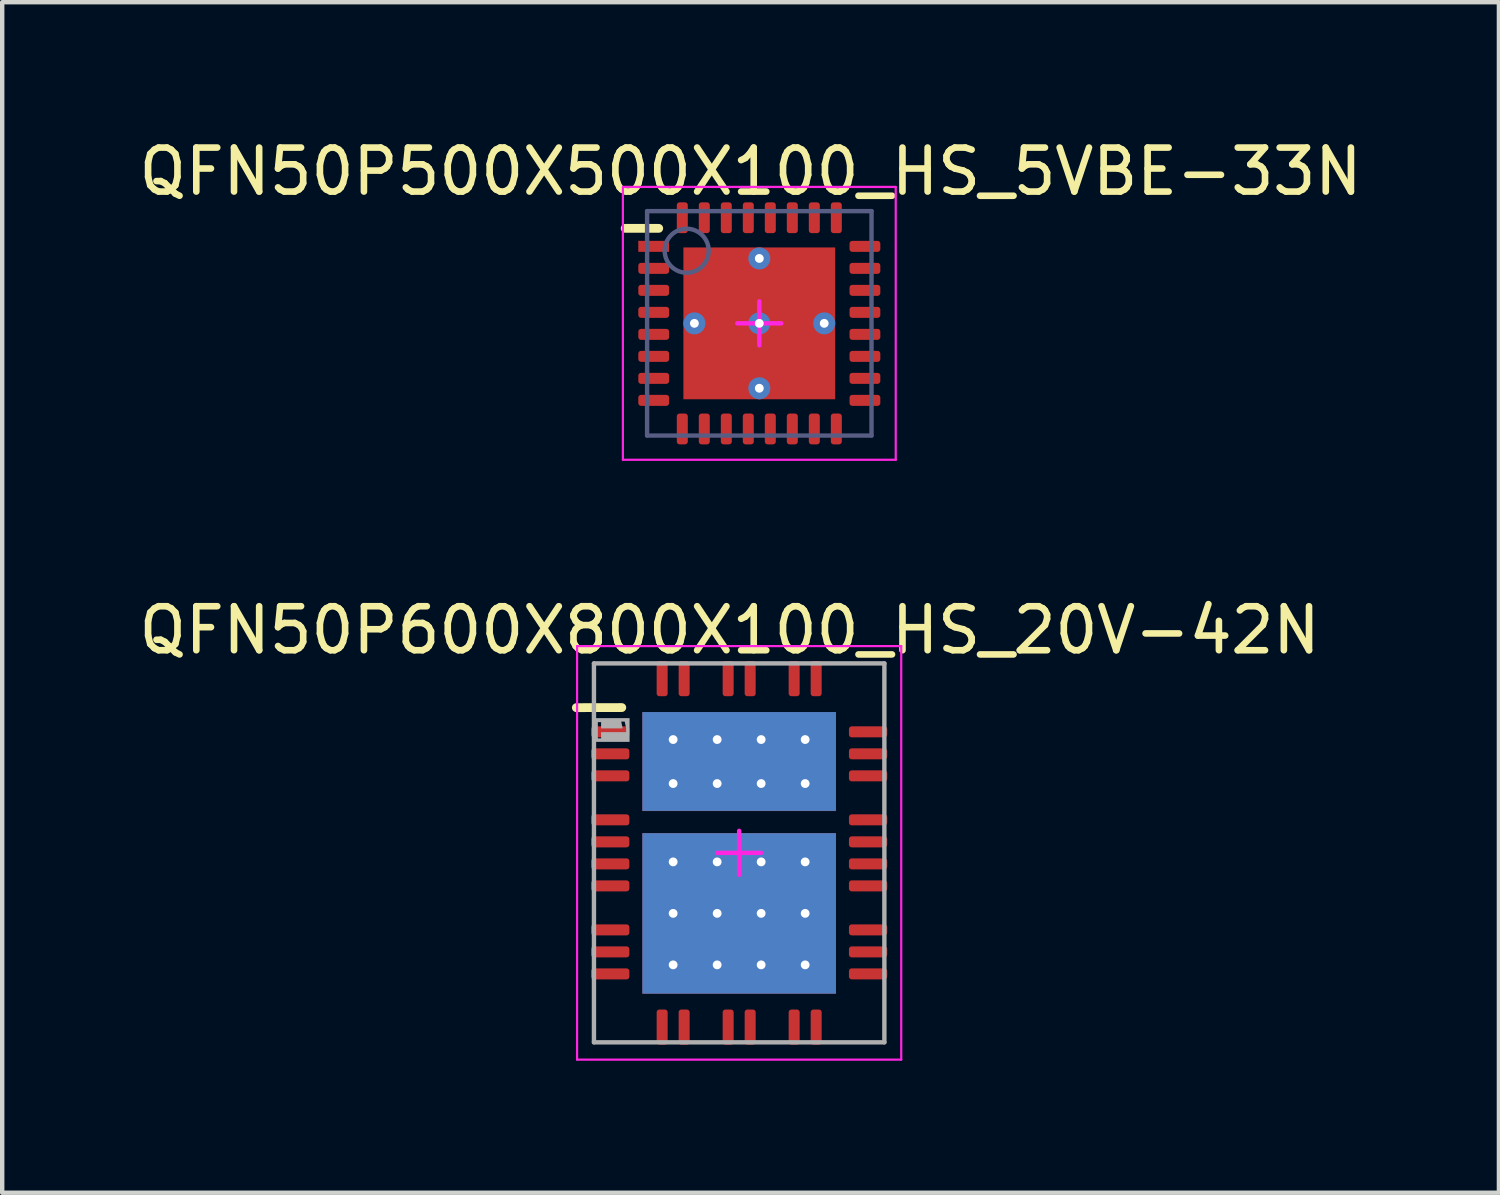
<source format=kicad_pcb>
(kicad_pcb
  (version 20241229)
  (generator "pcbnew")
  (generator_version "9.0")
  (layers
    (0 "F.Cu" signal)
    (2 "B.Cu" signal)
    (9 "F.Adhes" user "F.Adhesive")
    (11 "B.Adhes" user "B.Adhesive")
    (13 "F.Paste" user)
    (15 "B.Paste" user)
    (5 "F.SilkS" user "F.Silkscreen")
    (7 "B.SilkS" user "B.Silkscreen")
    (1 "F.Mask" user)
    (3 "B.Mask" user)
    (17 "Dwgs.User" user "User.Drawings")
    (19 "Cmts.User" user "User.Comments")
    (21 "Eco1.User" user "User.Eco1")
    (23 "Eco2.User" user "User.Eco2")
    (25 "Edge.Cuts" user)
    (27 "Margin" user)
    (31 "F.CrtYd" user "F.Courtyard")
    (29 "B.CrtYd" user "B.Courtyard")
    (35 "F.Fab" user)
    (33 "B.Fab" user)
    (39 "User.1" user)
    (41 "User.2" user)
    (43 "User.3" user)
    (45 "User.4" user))
  (footprint "QFN50P600X800X100_HS_20V-42N"
    (layer "F.Cu")
    (at 13.747 16.331)
    (property "Reference" "QFN50P600X800X100_HS_20V-42N" (at -0.217 -5.06 0) (layer "F.SilkS") (effects (font (size 1 1) (thickness 0.15))))
    (fp_rect (start -2.03 -1.07) (end 2.03 -3.05) (stroke (width 0) (type default)) (fill yes) (layer "F.Mask"))
    (fp_line (start -3.7 -3.3) (end -2.667 -3.302) (stroke (width 0.2) (type solid)) (layer "F.SilkS"))
    (fp_rect (start -2.2 -1.651) (end -1.6 -2.5) (stroke (width 0) (type default)) (fill yes) (layer "F.Paste"))
    (fp_rect (start -2.2 -0.956) (end -1.6 -1.5) (stroke (width 0) (type default)) (fill yes) (layer "F.Paste"))
    (fp_rect (start -2.2 0.13) (end -1.6 -0.45) (stroke (width 0) (type default)) (fill yes) (layer "F.Paste"))
    (fp_rect (start -1.6 -3.194) (end -2.2 -2.65) (stroke (width 0) (type default)) (fill yes) (layer "F.Paste"))
    (fp_rect (start -1.6 0.28) (end -2.2 1.3) (stroke (width 0) (type default)) (fill yes) (layer "F.Paste"))
    (fp_rect (start -1.6 1.45) (end -2.2 2.47) (stroke (width 0) (type default)) (fill yes) (layer "F.Paste"))
    (fp_rect (start -1.6 2.62) (end -2.2 3.2) (stroke (width 0) (type default)) (fill yes) (layer "F.Paste"))
    (fp_rect (start -1.4 -1.651) (end -0.6 -2.5) (stroke (width 0) (type default)) (fill yes) (layer "F.Paste"))
    (fp_rect (start -1.4 -0.956) (end -0.6 -1.5) (stroke (width 0) (type default)) (fill yes) (layer "F.Paste"))
    (fp_rect (start -1.4 1.3) (end -0.6 0.28) (stroke (width 0) (type default)) (fill yes) (layer "F.Paste"))
    (fp_rect (start -1.4 2.47) (end -0.6 1.45) (stroke (width 0) (type default)) (fill yes) (layer "F.Paste"))
    (fp_rect (start -1.4 3.2) (end -0.6 2.62) (stroke (width 0) (type default)) (fill yes) (layer "F.Paste"))
    (fp_rect (start -0.6 -3.194) (end -1.4 -2.65) (stroke (width 0) (type default)) (fill yes) (layer "F.Paste"))
    (fp_rect (start -0.6 -0.45) (end -1.4 0.13) (stroke (width 0) (type default)) (fill yes) (layer "F.Paste"))
    (fp_rect (start -0.4 -1.651) (end 0.4 -2.5) (stroke (width 0) (type default)) (fill yes) (layer "F.Paste"))
    (fp_rect (start -0.4 -0.956) (end 0.4 -1.5) (stroke (width 0) (type default)) (fill yes) (layer "F.Paste"))
    (fp_rect (start -0.4 1.3) (end 0.4 0.28) (stroke (width 0) (type default)) (fill yes) (layer "F.Paste"))
    (fp_rect (start -0.4 2.47) (end 0.4 1.45) (stroke (width 0) (type default)) (fill yes) (layer "F.Paste"))
    (fp_rect (start -0.4 3.2) (end 0.4 2.62) (stroke (width 0) (type default)) (fill yes) (layer "F.Paste"))
    (fp_rect (start 0.4 -3.194) (end -0.4 -2.65) (stroke (width 0) (type default)) (fill yes) (layer "F.Paste"))
    (fp_rect (start 0.4 -0.45) (end -0.4 0.13) (stroke (width 0) (type default)) (fill yes) (layer "F.Paste"))
    (fp_rect (start 0.6 -1.651) (end 1.4 -2.5) (stroke (width 0) (type default)) (fill yes) (layer "F.Paste"))
    (fp_rect (start 0.6 -0.956) (end 1.4 -1.5) (stroke (width 0) (type default)) (fill yes) (layer "F.Paste"))
    (fp_rect (start 0.6 1.3) (end 1.4 0.28) (stroke (width 0) (type default)) (fill yes) (layer "F.Paste"))
    (fp_rect (start 0.6 2.47) (end 1.4 1.45) (stroke (width 0) (type default)) (fill yes) (layer "F.Paste"))
    (fp_rect (start 0.6 3.2) (end 1.4 2.62) (stroke (width 0) (type default)) (fill yes) (layer "F.Paste"))
    (fp_rect (start 1.4 -3.194) (end 0.6 -2.65) (stroke (width 0) (type default)) (fill yes) (layer "F.Paste"))
    (fp_rect (start 1.4 -0.45) (end 0.6 0.13) (stroke (width 0) (type default)) (fill yes) (layer "F.Paste"))
    (fp_rect (start 1.6 1.3) (end 2.2 0.28) (stroke (width 0) (type default)) (fill yes) (layer "F.Paste"))
    (fp_rect (start 1.6 2.47) (end 2.2 1.45) (stroke (width 0) (type default)) (fill yes) (layer "F.Paste"))
    (fp_rect (start 1.6 3.2) (end 2.2 2.62) (stroke (width 0) (type default)) (fill yes) (layer "F.Paste"))
    (fp_rect (start 1.6 -2.65) (end 2.2 -3.194) (stroke (width 0) (type default)) (fill yes) (layer "F.Paste"))
    (fp_rect (start 2.2 -2.5) (end 1.6 -1.651) (stroke (width 0) (type default)) (fill yes) (layer "F.Paste"))
    (fp_rect (start 2.2 -1.5) (end 1.6 -0.956) (stroke (width 0) (type default)) (fill yes) (layer "F.Paste"))
    (fp_rect (start 2.2 -0.45) (end 1.6 0.13) (stroke (width 0) (type default)) (fill yes) (layer "F.Paste"))
    (fp_line (start -3.683 -4.699) (end 3.683 -4.699) (stroke (width 0.05) (type solid)) (layer "F.CrtYd"))
    (fp_line (start -3.683 4.699) (end -3.683 -4.699) (stroke (width 0.05) (type solid)) (layer "F.CrtYd"))
    (fp_line (start -3.683 4.699) (end 3.683 4.699) (stroke (width 0.05) (type solid)) (layer "F.CrtYd"))
    (fp_line (start -0.5 0) (end 0.5 0) (stroke (width 0.1) (type solid)) (layer "F.CrtYd"))
    (fp_line (start 0 0.5) (end 0 -0.5) (stroke (width 0.1) (type solid)) (layer "F.CrtYd"))
    (fp_line (start 3.683 4.699) (end 3.683 -4.699) (stroke (width 0.05) (type solid)) (layer "F.CrtYd"))
    (fp_line (start -3.3 -4.305) (end 3.3 -4.305) (stroke (width 0.1) (type solid)) (layer "F.Fab"))
    (fp_line (start -3.3 4.305) (end -3.3 -4.305) (stroke (width 0.1) (type solid)) (layer "F.Fab"))
    (fp_line (start -3.3 4.305) (end 3.3 4.305) (stroke (width 0.1) (type solid)) (layer "F.Fab"))
    (fp_line (start 3.3 4.305) (end 3.3 -4.305) (stroke (width 0.1) (type solid)) (layer "F.Fab"))
    (fp_text user "1" (at -2.95 -2.8 270) (unlocked yes) (layer "F.Fab" knockout) (effects (font (face "Arial") (size 0.63 0.63) (thickness 0.254))))
    (pad "1" smd roundrect (at -2.93 -2.75 90) (size 0.25 0.87) (layers "F.Cu" "F.Mask" "F.Paste") (roundrect_rratio 0.25))
    (pad "2" smd roundrect (at -2.93 -2.25 90) (size 0.25 0.87) (layers "F.Cu" "F.Mask" "F.Paste") (roundrect_rratio 0.25))
    (pad "3" smd roundrect (at -2.93 -1.75 90) (size 0.25 0.87) (layers "F.Cu" "F.Mask" "F.Paste") (roundrect_rratio 0.25))
    (pad "5" smd roundrect (at -2.93 -0.75 90) (size 0.25 0.87) (layers "F.Cu" "F.Mask" "F.Paste") (roundrect_rratio 0.25))
    (pad "6" smd roundrect (at -2.93 -0.25 90) (size 0.25 0.87) (layers "F.Cu" "F.Mask" "F.Paste") (roundrect_rratio 0.25))
    (pad "7" smd roundrect (at -2.93 0.25 90) (size 0.25 0.87) (layers "F.Cu" "F.Mask" "F.Paste") (roundrect_rratio 0.25))
    (pad "8" smd roundrect (at -2.93 0.75 90) (size 0.25 0.87) (layers "F.Cu" "F.Mask" "F.Paste") (roundrect_rratio 0.25))
    (pad "10" smd roundrect (at -2.93 1.75 90) (size 0.25 0.87) (layers "F.Cu" "F.Mask" "F.Paste") (roundrect_rratio 0.25))
    (pad "11" smd roundrect (at -2.93 2.25 90) (size 0.25 0.87) (layers "F.Cu" "F.Mask" "F.Paste") (roundrect_rratio 0.25))
    (pad "12" smd roundrect (at -2.93 2.75 90) (size 0.25 0.87) (layers "F.Cu" "F.Mask" "F.Paste") (roundrect_rratio 0.25))
    (pad "13" smd roundrect (at -1.75 3.96) (size 0.25 0.8) (layers "F.Cu" "F.Mask" "F.Paste") (roundrect_rratio 0.25))
    (pad "14" smd roundrect (at -1.25 3.96) (size 0.25 0.8) (layers "F.Cu" "F.Mask" "F.Paste") (roundrect_rratio 0.25))
    (pad "16" smd roundrect (at -0.25 3.96) (size 0.25 0.8) (layers "F.Cu" "F.Mask" "F.Paste") (roundrect_rratio 0.25))
    (pad "17" smd roundrect (at 0.25 3.96) (size 0.25 0.8) (layers "F.Cu" "F.Mask" "F.Paste") (roundrect_rratio 0.25))
    (pad "19" smd roundrect (at 1.25 3.96) (size 0.25 0.8) (layers "F.Cu" "F.Mask" "F.Paste") (roundrect_rratio 0.25))
    (pad "20" smd roundrect (at 1.75 3.96) (size 0.25 0.8) (layers "F.Cu" "F.Mask" "F.Paste") (roundrect_rratio 0.25))
    (pad "21" smd roundrect (at 2.93 2.75 90) (size 0.25 0.87) (layers "F.Cu" "F.Mask" "F.Paste") (roundrect_rratio 0.25))
    (pad "22" smd roundrect (at 2.93 2.25 90) (size 0.25 0.87) (layers "F.Cu" "F.Mask" "F.Paste") (roundrect_rratio 0.25))
    (pad "23" smd roundrect (at 2.93 1.75 90) (size 0.25 0.87) (layers "F.Cu" "F.Mask" "F.Paste") (roundrect_rratio 0.25))
    (pad "25" smd roundrect (at 2.93 0.75 90) (size 0.25 0.87) (layers "F.Cu" "F.Mask" "F.Paste") (roundrect_rratio 0.25))
    (pad "26" smd roundrect (at 2.93 0.25 90) (size 0.25 0.87) (layers "F.Cu" "F.Mask" "F.Paste") (roundrect_rratio 0.25))
    (pad "27" smd roundrect (at 2.93 -0.25 90) (size 0.25 0.87) (layers "F.Cu" "F.Mask" "F.Paste") (roundrect_rratio 0.25))
    (pad "28" smd roundrect (at 2.93 -0.75 90) (size 0.25 0.87) (layers "F.Cu" "F.Mask" "F.Paste") (roundrect_rratio 0.25))
    (pad "30" smd roundrect (at 2.93 -1.75 90) (size 0.25 0.87) (layers "F.Cu" "F.Mask" "F.Paste") (roundrect_rratio 0.25))
    (pad "31" smd roundrect (at 2.93 -2.25 90) (size 0.25 0.87) (layers "F.Cu" "F.Mask" "F.Paste") (roundrect_rratio 0.25))
    (pad "32" smd roundrect (at 2.93 -2.75 90) (size 0.25 0.87) (layers "F.Cu" "F.Mask" "F.Paste") (roundrect_rratio 0.25))
    (pad "33" smd roundrect (at 1.75 -3.96) (size 0.25 0.8) (layers "F.Cu" "F.Mask" "F.Paste") (roundrect_rratio 0.25))
    (pad "34" smd roundrect (at 1.25 -3.96) (size 0.25 0.8) (layers "F.Cu" "F.Mask" "F.Paste") (roundrect_rratio 0.25))
    (pad "36" smd roundrect (at 0.25 -3.96) (size 0.25 0.8) (layers "F.Cu" "F.Mask" "F.Paste") (roundrect_rratio 0.25))
    (pad "37" smd roundrect (at -0.25 -3.96) (size 0.25 0.8) (layers "F.Cu" "F.Mask" "F.Paste") (roundrect_rratio 0.25))
    (pad "39" smd roundrect (at -1.25 -3.96) (size 0.25 0.8) (layers "F.Cu" "F.Mask" "F.Paste") (roundrect_rratio 0.25))
    (pad "40" smd roundrect (at -1.75 -3.96) (size 0.25 0.8) (layers "F.Cu" "F.Mask" "F.Paste") (roundrect_rratio 0.25))
    (pad "41" thru_hole circle (at -1.5 -2.575) (size 0.5 0.5) (drill 0.2) (layers "*.Cu" "*.Mask"))
    (pad "41" thru_hole circle (at -1.5 -1.575) (size 0.5 0.5) (drill 0.2) (layers "*.Cu" "*.Mask"))
    (pad "41" thru_hole circle (at -0.5 -2.575) (size 0.5 0.5) (drill 0.2) (layers "*.Cu" "*.Mask"))
    (pad "41" thru_hole circle (at -0.5 -1.575) (size 0.5 0.5) (drill 0.2) (layers "*.Cu" "*.Mask"))
    (pad "41" smd rect (at 0 -2.077) (size 4.4 2.246) (layers "B.Cu"))
    (pad "41" smd rect (at 0 -2.075) (size 4.4 2.25) (layers "F.Cu" "F.Mask" "F.Paste"))
    (pad "41" thru_hole circle (at 0.5 -2.575) (size 0.5 0.5) (drill 0.2) (layers "*.Cu" "*.Mask"))
    (pad "41" thru_hole circle (at 0.5 -1.575) (size 0.5 0.5) (drill 0.2) (layers "*.Cu" "*.Mask"))
    (pad "41" thru_hole circle (at 1.5 -2.575) (size 0.5 0.5) (drill 0.2) (layers "*.Cu" "*.Mask"))
    (pad "41" thru_hole circle (at 1.5 -1.575) (size 0.5 0.5) (drill 0.2) (layers "*.Cu" "*.Mask"))
    (pad "42" thru_hole circle (at -1.5 0.205) (size 0.5 0.5) (drill 0.2) (layers "*.Cu" "*.Mask"))
    (pad "42" thru_hole circle (at -1.5 1.375) (size 0.5 0.5) (drill 0.2) (layers "*.Cu" "*.Mask"))
    (pad "42" thru_hole circle (at -1.5 2.545) (size 0.5 0.5) (drill 0.2) (layers "*.Cu" "*.Mask"))
    (pad "42" thru_hole circle (at -0.5 0.205) (size 0.5 0.5) (drill 0.2) (layers "*.Cu" "*.Mask"))
    (pad "42" thru_hole circle (at -0.5 1.375) (size 0.5 0.5) (drill 0.2) (layers "*.Cu" "*.Mask"))
    (pad "42" thru_hole circle (at -0.5 2.545) (size 0.5 0.5) (drill 0.2) (layers "*.Cu" "*.Mask"))
    (pad "42" smd rect (at 0 1.375) (size 4.4 3.65) (layers "F.Cu" "F.Mask" "F.Paste"))
    (pad "42" smd rect (at 0 1.376) (size 4.4 3.647) (layers "B.Cu"))
    (pad "42" thru_hole circle (at 0.5 0.205) (size 0.5 0.5) (drill 0.2) (layers "*.Cu" "*.Mask"))
    (pad "42" thru_hole circle (at 0.5 1.375) (size 0.5 0.5) (drill 0.2) (layers "*.Cu" "*.Mask"))
    (pad "42" thru_hole circle (at 0.5 2.545) (size 0.5 0.5) (drill 0.2) (layers "*.Cu" "*.Mask"))
    (pad "42" thru_hole circle (at 1.5 0.205) (size 0.5 0.5) (drill 0.2) (layers "*.Cu" "*.Mask"))
    (pad "42" thru_hole circle (at 1.5 1.375) (size 0.5 0.5) (drill 0.2) (layers "*.Cu" "*.Mask"))
    (pad "42" thru_hole circle (at 1.5 2.545) (size 0.5 0.5) (drill 0.2) (layers "*.Cu" "*.Mask")))
  (footprint "QFN50P500X500X100_HS_5VBE-33N"
    (layer "F.Cu")
    (at 14.205 4.298)
    (property "Reference" "QFN50P500X500X100_HS_5VBE-33N" (at -0.199 -3.45 0) (layer "F.SilkS") (effects (font (size 1 1) (thickness 0.15))))
    (fp_line (start -3.048 -2.159) (end -2.286 -2.159) (stroke (width 0.2) (type solid)) (layer "F.SilkS"))
    (fp_rect (start -1.59 -0.1) (end -0.1 -1.59) (stroke (width 0) (type default)) (fill yes) (layer "F.Paste"))
    (fp_rect (start -0.1 1.59) (end -1.59 0.1) (stroke (width 0) (type default)) (fill yes) (layer "F.Paste"))
    (fp_rect (start 0.1 -1.59) (end 1.59 -0.1) (stroke (width 0) (type default)) (fill yes) (layer "F.Paste"))
    (fp_rect (start 1.59 0.1) (end 0.1 1.59) (stroke (width 0) (type default)) (fill yes) (layer "F.Paste"))
    (fp_line (start -3.1 -3.1) (end 3.1 -3.1) (stroke (width 0.05) (type solid)) (layer "F.CrtYd"))
    (fp_line (start -3.1 3.1) (end -3.1 -3.1) (stroke (width 0.05) (type solid)) (layer "F.CrtYd"))
    (fp_line (start -3.1 3.1) (end 3.1 3.1) (stroke (width 0.05) (type solid)) (layer "F.CrtYd"))
    (fp_line (start -0.5 0) (end 0.5 0) (stroke (width 0.1) (type solid)) (layer "F.CrtYd"))
    (fp_line (start 0 0.5) (end 0 -0.5) (stroke (width 0.1) (type solid)) (layer "F.CrtYd"))
    (fp_line (start 3.1 3.1) (end 3.1 -3.1) (stroke (width 0.05) (type solid)) (layer "F.CrtYd"))
    (fp_line (start -2.55 -2.55) (end 2.55 -2.55) (stroke (width 0.1) (type solid)) (layer "B.Fab"))
    (fp_line (start -2.55 2.55) (end -2.55 -2.55) (stroke (width 0.1) (type solid)) (layer "B.Fab"))
    (fp_line (start -2.55 2.55) (end 2.55 2.55) (stroke (width 0.1) (type solid)) (layer "B.Fab"))
    (fp_line (start 2.55 2.55) (end 2.55 -2.55) (stroke (width 0.1) (type solid)) (layer "B.Fab"))
    (fp_circle (center -1.65 -1.65) (end -1.65 -2.15) (stroke (width 0.1) (type solid)) (fill no) (layer "B.Fab"))
    (pad "1" smd rect (at -2.4 -1.75 90) (size 0.25 0.7) (layers "F.Cu" "F.Mask" "F.Paste"))
    (pad "2" smd roundrect (at -2.4 -1.25 90) (size 0.25 0.7) (layers "F.Cu" "F.Mask" "F.Paste") (roundrect_rratio 0.25))
    (pad "3" smd roundrect (at -2.4 -0.75 90) (size 0.25 0.7) (layers "F.Cu" "F.Mask" "F.Paste") (roundrect_rratio 0.25))
    (pad "4" smd roundrect (at -2.4 -0.25 90) (size 0.25 0.7) (layers "F.Cu" "F.Mask" "F.Paste") (roundrect_rratio 0.25))
    (pad "5" smd roundrect (at -2.4 0.25 90) (size 0.25 0.7) (layers "F.Cu" "F.Mask" "F.Paste") (roundrect_rratio 0.25))
    (pad "6" smd roundrect (at -2.4 0.75 90) (size 0.25 0.7) (layers "F.Cu" "F.Mask" "F.Paste") (roundrect_rratio 0.25))
    (pad "7" smd roundrect (at -2.4 1.25 90) (size 0.25 0.7) (layers "F.Cu" "F.Mask" "F.Paste") (roundrect_rratio 0.25))
    (pad "8" smd roundrect (at -2.4 1.75 90) (size 0.25 0.7) (layers "F.Cu" "F.Mask" "F.Paste") (roundrect_rratio 0.25))
    (pad "9" smd roundrect (at -1.75 2.4) (size 0.25 0.7) (layers "F.Cu" "F.Mask" "F.Paste") (roundrect_rratio 0.25))
    (pad "10" smd roundrect (at -1.25 2.4) (size 0.25 0.7) (layers "F.Cu" "F.Mask" "F.Paste") (roundrect_rratio 0.25))
    (pad "11" smd roundrect (at -0.75 2.4) (size 0.25 0.7) (layers "F.Cu" "F.Mask" "F.Paste") (roundrect_rratio 0.25))
    (pad "12" smd roundrect (at -0.25 2.4) (size 0.25 0.7) (layers "F.Cu" "F.Mask" "F.Paste") (roundrect_rratio 0.25))
    (pad "13" smd roundrect (at 0.25 2.4) (size 0.25 0.7) (layers "F.Cu" "F.Mask" "F.Paste") (roundrect_rratio 0.25))
    (pad "14" smd roundrect (at 0.75 2.4) (size 0.25 0.7) (layers "F.Cu" "F.Mask" "F.Paste") (roundrect_rratio 0.25))
    (pad "15" smd roundrect (at 1.25 2.4) (size 0.25 0.7) (layers "F.Cu" "F.Mask" "F.Paste") (roundrect_rratio 0.25))
    (pad "16" smd roundrect (at 1.75 2.4) (size 0.25 0.7) (layers "F.Cu" "F.Mask" "F.Paste") (roundrect_rratio 0.25))
    (pad "17" smd roundrect (at 2.4 1.75 90) (size 0.25 0.7) (layers "F.Cu" "F.Mask" "F.Paste") (roundrect_rratio 0.25))
    (pad "18" smd roundrect (at 2.4 1.25 90) (size 0.25 0.7) (layers "F.Cu" "F.Mask" "F.Paste") (roundrect_rratio 0.25))
    (pad "19" smd roundrect (at 2.4 0.75 90) (size 0.25 0.7) (layers "F.Cu" "F.Mask" "F.Paste") (roundrect_rratio 0.25))
    (pad "20" smd roundrect (at 2.4 0.25 90) (size 0.25 0.7) (layers "F.Cu" "F.Mask" "F.Paste") (roundrect_rratio 0.25))
    (pad "21" smd roundrect (at 2.4 -0.25 90) (size 0.25 0.7) (layers "F.Cu" "F.Mask" "F.Paste") (roundrect_rratio 0.25))
    (pad "22" smd roundrect (at 2.4 -0.75 90) (size 0.25 0.7) (layers "F.Cu" "F.Mask" "F.Paste") (roundrect_rratio 0.25))
    (pad "23" smd roundrect (at 2.4 -1.25 90) (size 0.25 0.7) (layers "F.Cu" "F.Mask" "F.Paste") (roundrect_rratio 0.25))
    (pad "24" smd roundrect (at 2.4 -1.75 90) (size 0.25 0.7) (layers "F.Cu" "F.Mask" "F.Paste") (roundrect_rratio 0.25))
    (pad "25" smd roundrect (at 1.75 -2.4) (size 0.25 0.7) (layers "F.Cu" "F.Mask" "F.Paste") (roundrect_rratio 0.25))
    (pad "26" smd roundrect (at 1.25 -2.4) (size 0.25 0.7) (layers "F.Cu" "F.Mask" "F.Paste") (roundrect_rratio 0.25))
    (pad "27" smd roundrect (at 0.75 -2.4) (size 0.25 0.7) (layers "F.Cu" "F.Mask" "F.Paste") (roundrect_rratio 0.25))
    (pad "28" smd roundrect (at 0.25 -2.4) (size 0.25 0.7) (layers "F.Cu" "F.Mask" "F.Paste") (roundrect_rratio 0.25))
    (pad "29" smd roundrect (at -0.25 -2.4) (size 0.25 0.7) (layers "F.Cu" "F.Mask" "F.Paste") (roundrect_rratio 0.25))
    (pad "30" smd roundrect (at -0.75 -2.4) (size 0.25 0.7) (layers "F.Cu" "F.Mask" "F.Paste") (roundrect_rratio 0.25))
    (pad "31" smd roundrect (at -1.25 -2.4) (size 0.25 0.7) (layers "F.Cu" "F.Mask" "F.Paste") (roundrect_rratio 0.25))
    (pad "32" smd roundrect (at -1.75 -2.4) (size 0.25 0.7) (layers "F.Cu" "F.Mask" "F.Paste") (roundrect_rratio 0.25))
    (pad "33" thru_hole circle (at -1.475 0) (size 0.5 0.5) (drill 0.2) (layers "*.Cu" "*.Mask"))
    (pad "33" thru_hole circle (at 0 -1.475) (size 0.5 0.5) (drill 0.2) (layers "*.Cu" "*.Mask"))
    (pad "33" thru_hole circle (at 0 0) (size 0.5 0.5) (drill 0.2) (layers "*.Cu" "*.Mask"))
    (pad "33" smd rect (at 0 0) (size 3.45 3.45) (layers "F.Cu" "F.Mask" "F.Paste"))
    (pad "33" thru_hole circle (at 0 1.475) (size 0.5 0.5) (drill 0.2) (layers "*.Cu" "*.Mask"))
    (pad "33" thru_hole circle (at 1.475 0) (size 0.5 0.5) (drill 0.2) (layers "*.Cu" "*.Mask")))
  (gr_rect
    (start -3 -3)
    (end 31.012 24.055)
    (stroke (width 0.1) (type default))
    (fill no)
    (layer "Edge.Cuts")))
</source>
